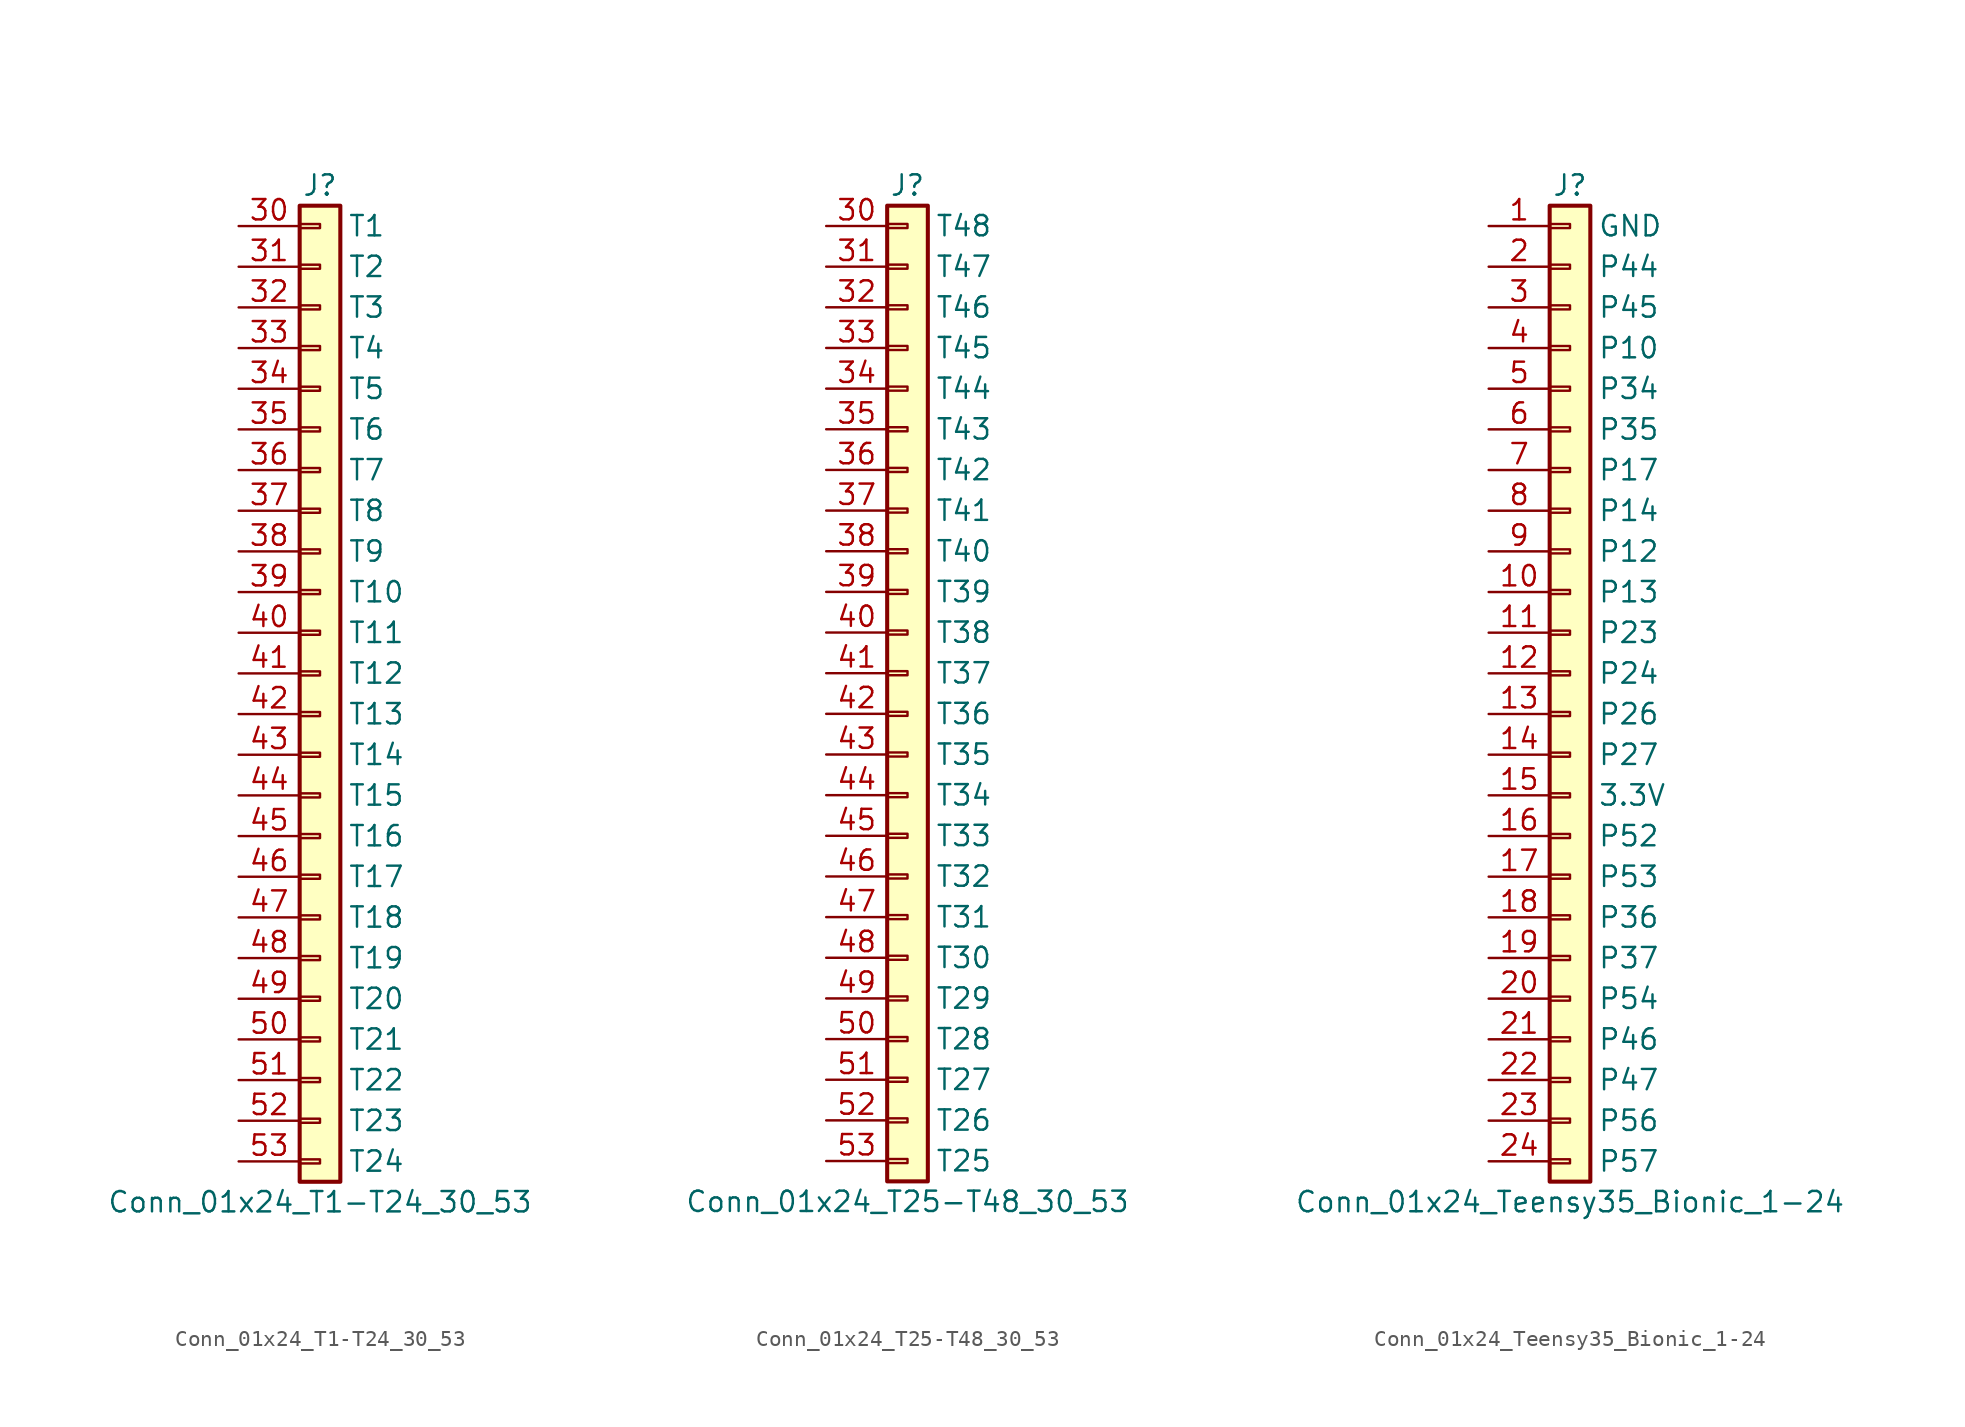
<source format=kicad_sym>
(kicad_symbol_lib
  (version 20211014)
  (generator kicad_symbol_editor)
  (symbol "Conn_01x24_T1-T24_30_53"
    (pin_names
      (offset 2.997))
    (property "Reference" "J"
      (at 0 30.48 0)
      (effects (font (size 1.27 1.27))))
    (property "Value" "Conn_01x24_T1-T24_30_53"
      (at 0 -33.02 0)
      (effects (font (size 1.27 1.27))))
    (symbol "Conn_01x24_T1-T24_30_53_1_1"
      (rectangle (start -1.27 -30.353) (end 0 -30.607) (stroke (width 0.152) (type default) (color 0 0 0 0)) (fill (type none)))
      (rectangle (start -1.27 -27.813) (end 0 -28.067) (stroke (width 0.152) (type default) (color 0 0 0 0)) (fill (type none)))
      (rectangle (start -1.27 -25.273) (end 0 -25.527) (stroke (width 0.152) (type default) (color 0 0 0 0)) (fill (type none)))
      (rectangle (start -1.27 -22.733) (end 0 -22.987) (stroke (width 0.152) (type default) (color 0 0 0 0)) (fill (type none)))
      (rectangle (start -1.27 -20.193) (end 0 -20.447) (stroke (width 0.152) (type default) (color 0 0 0 0)) (fill (type none)))
      (rectangle (start -1.27 -17.653) (end 0 -17.907) (stroke (width 0.152) (type default) (color 0 0 0 0)) (fill (type none)))
      (rectangle (start -1.27 -15.113) (end 0 -15.367) (stroke (width 0.152) (type default) (color 0 0 0 0)) (fill (type none)))
      (rectangle (start -1.27 -12.573) (end 0 -12.827) (stroke (width 0.152) (type default) (color 0 0 0 0)) (fill (type none)))
      (rectangle (start -1.27 -10.033) (end 0 -10.287) (stroke (width 0.152) (type default) (color 0 0 0 0)) (fill (type none)))
      (rectangle (start -1.27 -7.493) (end 0 -7.747) (stroke (width 0.152) (type default) (color 0 0 0 0)) (fill (type none)))
      (rectangle (start -1.27 -4.953) (end 0 -5.207) (stroke (width 0.152) (type default) (color 0 0 0 0)) (fill (type none)))
      (rectangle (start -1.27 -2.413) (end 0 -2.667) (stroke (width 0.152) (type default) (color 0 0 0 0)) (fill (type none)))
      (rectangle (start -1.27 0.127) (end 0 -0.127) (stroke (width 0.152) (type default) (color 0 0 0 0)) (fill (type none)))
      (rectangle (start -1.27 2.667) (end 0 2.413) (stroke (width 0.152) (type default) (color 0 0 0 0)) (fill (type none)))
      (rectangle (start -1.27 5.207) (end 0 4.953) (stroke (width 0.152) (type default) (color 0 0 0 0)) (fill (type none)))
      (rectangle (start -1.27 7.747) (end 0 7.493) (stroke (width 0.152) (type default) (color 0 0 0 0)) (fill (type none)))
      (rectangle (start -1.27 10.287) (end 0 10.033) (stroke (width 0.152) (type default) (color 0 0 0 0)) (fill (type none)))
      (rectangle (start -1.27 12.827) (end 0 12.573) (stroke (width 0.152) (type default) (color 0 0 0 0)) (fill (type none)))
      (rectangle (start -1.27 15.367) (end 0 15.113) (stroke (width 0.152) (type default) (color 0 0 0 0)) (fill (type none)))
      (rectangle (start -1.27 17.907) (end 0 17.653) (stroke (width 0.152) (type default) (color 0 0 0 0)) (fill (type none)))
      (rectangle (start -1.27 20.447) (end 0 20.193) (stroke (width 0.152) (type default) (color 0 0 0 0)) (fill (type none)))
      (rectangle (start -1.27 22.987) (end 0 22.733) (stroke (width 0.152) (type default) (color 0 0 0 0)) (fill (type none)))
      (rectangle (start -1.27 25.527) (end 0 25.273) (stroke (width 0.152) (type default) (color 0 0 0 0)) (fill (type none)))
      (rectangle (start -1.27 28.067) (end 0 27.813) (stroke (width 0.152) (type default) (color 0 0 0 0)) (fill (type none)))
      (rectangle (start -1.27 29.21) (end 1.27 -31.75) (stroke (width 0.254) (type default) (color 0 0 0 0)) (fill (type background)))
      (pin passive line (at -5.08 27.94 0) (length 3.81) (name "T1" (effects (font (size 1.27 1.27)))) (number "30" (effects (font (size 1.27 1.27)))))
      (pin passive line (at -5.08 25.4 0) (length 3.81) (name "T2" (effects (font (size 1.27 1.27)))) (number "31" (effects (font (size 1.27 1.27)))))
      (pin passive line (at -5.08 22.86 0) (length 3.81) (name "T3" (effects (font (size 1.27 1.27)))) (number "32" (effects (font (size 1.27 1.27)))))
      (pin passive line (at -5.08 20.32 0) (length 3.81) (name "T4" (effects (font (size 1.27 1.27)))) (number "33" (effects (font (size 1.27 1.27)))))
      (pin passive line (at -5.08 17.78 0) (length 3.81) (name "T5" (effects (font (size 1.27 1.27)))) (number "34" (effects (font (size 1.27 1.27)))))
      (pin passive line (at -5.08 15.24 0) (length 3.81) (name "T6" (effects (font (size 1.27 1.27)))) (number "35" (effects (font (size 1.27 1.27)))))
      (pin passive line (at -5.08 12.7 0) (length 3.81) (name "T7" (effects (font (size 1.27 1.27)))) (number "36" (effects (font (size 1.27 1.27)))))
      (pin passive line (at -5.08 10.16 0) (length 3.81) (name "T8" (effects (font (size 1.27 1.27)))) (number "37" (effects (font (size 1.27 1.27)))))
      (pin passive line (at -5.08 7.62 0) (length 3.81) (name "T9" (effects (font (size 1.27 1.27)))) (number "38" (effects (font (size 1.27 1.27)))))
      (pin passive line (at -5.08 5.08 0) (length 3.81) (name "T10" (effects (font (size 1.27 1.27)))) (number "39" (effects (font (size 1.27 1.27)))))
      (pin passive line (at -5.08 2.54 0) (length 3.81) (name "T11" (effects (font (size 1.27 1.27)))) (number "40" (effects (font (size 1.27 1.27)))))
      (pin passive line (at -5.08 0 0) (length 3.81) (name "T12" (effects (font (size 1.27 1.27)))) (number "41" (effects (font (size 1.27 1.27)))))
      (pin passive line (at -5.08 -2.54 0) (length 3.81) (name "T13" (effects (font (size 1.27 1.27)))) (number "42" (effects (font (size 1.27 1.27)))))
      (pin passive line (at -5.08 -5.08 0) (length 3.81) (name "T14" (effects (font (size 1.27 1.27)))) (number "43" (effects (font (size 1.27 1.27)))))
      (pin passive line (at -5.08 -7.62 0) (length 3.81) (name "T15" (effects (font (size 1.27 1.27)))) (number "44" (effects (font (size 1.27 1.27)))))
      (pin passive line (at -5.08 -10.16 0) (length 3.81) (name "T16" (effects (font (size 1.27 1.27)))) (number "45" (effects (font (size 1.27 1.27)))))
      (pin passive line (at -5.08 -12.7 0) (length 3.81) (name "T17" (effects (font (size 1.27 1.27)))) (number "46" (effects (font (size 1.27 1.27)))))
      (pin passive line (at -5.08 -15.24 0) (length 3.81) (name "T18" (effects (font (size 1.27 1.27)))) (number "47" (effects (font (size 1.27 1.27)))))
      (pin passive line (at -5.08 -17.78 0) (length 3.81) (name "T19" (effects (font (size 1.27 1.27)))) (number "48" (effects (font (size 1.27 1.27)))))
      (pin passive line (at -5.08 -20.32 0) (length 3.81) (name "T20" (effects (font (size 1.27 1.27)))) (number "49" (effects (font (size 1.27 1.27)))))
      (pin passive line (at -5.08 -22.86 0) (length 3.81) (name "T21" (effects (font (size 1.27 1.27)))) (number "50" (effects (font (size 1.27 1.27)))))
      (pin passive line (at -5.08 -25.4 0) (length 3.81) (name "T22" (effects (font (size 1.27 1.27)))) (number "51" (effects (font (size 1.27 1.27)))))
      (pin passive line (at -5.08 -27.94 0) (length 3.81) (name "T23" (effects (font (size 1.27 1.27)))) (number "52" (effects (font (size 1.27 1.27)))))
      (pin passive line (at -5.08 -30.48 0) (length 3.81) (name "T24" (effects (font (size 1.27 1.27)))) (number "53" (effects (font (size 1.27 1.27)))))))
  (symbol "Conn_01x24_T25-T48_30_53"
    (pin_names
      (offset 2.997))
    (property "Reference" "J"
      (at 0 30.48 0)
      (effects (font (size 1.27 1.27))))
    (property "Value" "Conn_01x24_T25-T48_30_53"
      (at 0 -33.02 0)
      (effects (font (size 1.27 1.27))))
    (symbol "Conn_01x24_T25-T48_30_53_1_1"
      (rectangle (start -1.27 -30.353) (end 0 -30.607) (stroke (width 0.152) (type default) (color 0 0 0 0)) (fill (type none)))
      (rectangle (start -1.27 -27.813) (end 0 -28.067) (stroke (width 0.152) (type default) (color 0 0 0 0)) (fill (type none)))
      (rectangle (start -1.27 -25.273) (end 0 -25.527) (stroke (width 0.152) (type default) (color 0 0 0 0)) (fill (type none)))
      (rectangle (start -1.27 -22.733) (end 0 -22.987) (stroke (width 0.152) (type default) (color 0 0 0 0)) (fill (type none)))
      (rectangle (start -1.27 -20.193) (end 0 -20.447) (stroke (width 0.152) (type default) (color 0 0 0 0)) (fill (type none)))
      (rectangle (start -1.27 -17.653) (end 0 -17.907) (stroke (width 0.152) (type default) (color 0 0 0 0)) (fill (type none)))
      (rectangle (start -1.27 -15.113) (end 0 -15.367) (stroke (width 0.152) (type default) (color 0 0 0 0)) (fill (type none)))
      (rectangle (start -1.27 -12.573) (end 0 -12.827) (stroke (width 0.152) (type default) (color 0 0 0 0)) (fill (type none)))
      (rectangle (start -1.27 -10.033) (end 0 -10.287) (stroke (width 0.152) (type default) (color 0 0 0 0)) (fill (type none)))
      (rectangle (start -1.27 -7.493) (end 0 -7.747) (stroke (width 0.152) (type default) (color 0 0 0 0)) (fill (type none)))
      (rectangle (start -1.27 -4.953) (end 0 -5.207) (stroke (width 0.152) (type default) (color 0 0 0 0)) (fill (type none)))
      (rectangle (start -1.27 -2.413) (end 0 -2.667) (stroke (width 0.152) (type default) (color 0 0 0 0)) (fill (type none)))
      (rectangle (start -1.27 0.127) (end 0 -0.127) (stroke (width 0.152) (type default) (color 0 0 0 0)) (fill (type none)))
      (rectangle (start -1.27 2.667) (end 0 2.413) (stroke (width 0.152) (type default) (color 0 0 0 0)) (fill (type none)))
      (rectangle (start -1.27 5.207) (end 0 4.953) (stroke (width 0.152) (type default) (color 0 0 0 0)) (fill (type none)))
      (rectangle (start -1.27 7.747) (end 0 7.493) (stroke (width 0.152) (type default) (color 0 0 0 0)) (fill (type none)))
      (rectangle (start -1.27 10.287) (end 0 10.033) (stroke (width 0.152) (type default) (color 0 0 0 0)) (fill (type none)))
      (rectangle (start -1.27 12.827) (end 0 12.573) (stroke (width 0.152) (type default) (color 0 0 0 0)) (fill (type none)))
      (rectangle (start -1.27 15.367) (end 0 15.113) (stroke (width 0.152) (type default) (color 0 0 0 0)) (fill (type none)))
      (rectangle (start -1.27 17.907) (end 0 17.653) (stroke (width 0.152) (type default) (color 0 0 0 0)) (fill (type none)))
      (rectangle (start -1.27 20.447) (end 0 20.193) (stroke (width 0.152) (type default) (color 0 0 0 0)) (fill (type none)))
      (rectangle (start -1.27 22.987) (end 0 22.733) (stroke (width 0.152) (type default) (color 0 0 0 0)) (fill (type none)))
      (rectangle (start -1.27 25.527) (end 0 25.273) (stroke (width 0.152) (type default) (color 0 0 0 0)) (fill (type none)))
      (rectangle (start -1.27 28.067) (end 0 27.813) (stroke (width 0.152) (type default) (color 0 0 0 0)) (fill (type none)))
      (rectangle (start -1.27 29.21) (end 1.27 -31.75) (stroke (width 0.254) (type default) (color 0 0 0 0)) (fill (type background)))
      (pin passive line (at -5.08 27.94 0) (length 3.81) (name "T48" (effects (font (size 1.27 1.27)))) (number "30" (effects (font (size 1.27 1.27)))))
      (pin passive line (at -5.08 25.4 0) (length 3.81) (name "T47" (effects (font (size 1.27 1.27)))) (number "31" (effects (font (size 1.27 1.27)))))
      (pin passive line (at -5.08 22.86 0) (length 3.81) (name "T46" (effects (font (size 1.27 1.27)))) (number "32" (effects (font (size 1.27 1.27)))))
      (pin passive line (at -5.08 20.32 0) (length 3.81) (name "T45" (effects (font (size 1.27 1.27)))) (number "33" (effects (font (size 1.27 1.27)))))
      (pin passive line (at -5.08 17.78 0) (length 3.81) (name "T44" (effects (font (size 1.27 1.27)))) (number "34" (effects (font (size 1.27 1.27)))))
      (pin passive line (at -5.08 15.24 0) (length 3.81) (name "T43" (effects (font (size 1.27 1.27)))) (number "35" (effects (font (size 1.27 1.27)))))
      (pin passive line (at -5.08 12.7 0) (length 3.81) (name "T42" (effects (font (size 1.27 1.27)))) (number "36" (effects (font (size 1.27 1.27)))))
      (pin passive line (at -5.08 10.16 0) (length 3.81) (name "T41" (effects (font (size 1.27 1.27)))) (number "37" (effects (font (size 1.27 1.27)))))
      (pin passive line (at -5.08 7.62 0) (length 3.81) (name "T40" (effects (font (size 1.27 1.27)))) (number "38" (effects (font (size 1.27 1.27)))))
      (pin passive line (at -5.08 5.08 0) (length 3.81) (name "T39" (effects (font (size 1.27 1.27)))) (number "39" (effects (font (size 1.27 1.27)))))
      (pin passive line (at -5.08 2.54 0) (length 3.81) (name "T38" (effects (font (size 1.27 1.27)))) (number "40" (effects (font (size 1.27 1.27)))))
      (pin passive line (at -5.08 0 0) (length 3.81) (name "T37" (effects (font (size 1.27 1.27)))) (number "41" (effects (font (size 1.27 1.27)))))
      (pin passive line (at -5.08 -2.54 0) (length 3.81) (name "T36" (effects (font (size 1.27 1.27)))) (number "42" (effects (font (size 1.27 1.27)))))
      (pin passive line (at -5.08 -5.08 0) (length 3.81) (name "T35" (effects (font (size 1.27 1.27)))) (number "43" (effects (font (size 1.27 1.27)))))
      (pin passive line (at -5.08 -7.62 0) (length 3.81) (name "T34" (effects (font (size 1.27 1.27)))) (number "44" (effects (font (size 1.27 1.27)))))
      (pin passive line (at -5.08 -10.16 0) (length 3.81) (name "T33" (effects (font (size 1.27 1.27)))) (number "45" (effects (font (size 1.27 1.27)))))
      (pin passive line (at -5.08 -12.7 0) (length 3.81) (name "T32" (effects (font (size 1.27 1.27)))) (number "46" (effects (font (size 1.27 1.27)))))
      (pin passive line (at -5.08 -15.24 0) (length 3.81) (name "T31" (effects (font (size 1.27 1.27)))) (number "47" (effects (font (size 1.27 1.27)))))
      (pin passive line (at -5.08 -17.78 0) (length 3.81) (name "T30" (effects (font (size 1.27 1.27)))) (number "48" (effects (font (size 1.27 1.27)))))
      (pin passive line (at -5.08 -20.32 0) (length 3.81) (name "T29" (effects (font (size 1.27 1.27)))) (number "49" (effects (font (size 1.27 1.27)))))
      (pin passive line (at -5.08 -22.86 0) (length 3.81) (name "T28" (effects (font (size 1.27 1.27)))) (number "50" (effects (font (size 1.27 1.27)))))
      (pin passive line (at -5.08 -25.4 0) (length 3.81) (name "T27" (effects (font (size 1.27 1.27)))) (number "51" (effects (font (size 1.27 1.27)))))
      (pin passive line (at -5.08 -27.94 0) (length 3.81) (name "T26" (effects (font (size 1.27 1.27)))) (number "52" (effects (font (size 1.27 1.27)))))
      (pin passive line (at -5.08 -30.48 0) (length 3.81) (name "T25" (effects (font (size 1.27 1.27)))) (number "53" (effects (font (size 1.27 1.27)))))))
  (symbol "Conn_01x24_Teensy35_Bionic_1-24"
    (pin_names
      (offset 2.997))
    (property "Reference" "J"
      (at 0 30.48 0)
      (effects (font (size 1.27 1.27))))
    (property "Value" "Conn_01x24_Teensy35_Bionic_1-24"
      (at 0 -33.02 0)
      (effects (font (size 1.27 1.27))))
    (symbol "Conn_01x24_Teensy35_Bionic_1-24_1_1"
      (rectangle (start -1.27 -30.353) (end 0 -30.607) (stroke (width 0.152) (type default) (color 0 0 0 0)) (fill (type none)))
      (rectangle (start -1.27 -27.813) (end 0 -28.067) (stroke (width 0.152) (type default) (color 0 0 0 0)) (fill (type none)))
      (rectangle (start -1.27 -25.273) (end 0 -25.527) (stroke (width 0.152) (type default) (color 0 0 0 0)) (fill (type none)))
      (rectangle (start -1.27 -22.733) (end 0 -22.987) (stroke (width 0.152) (type default) (color 0 0 0 0)) (fill (type none)))
      (rectangle (start -1.27 -20.193) (end 0 -20.447) (stroke (width 0.152) (type default) (color 0 0 0 0)) (fill (type none)))
      (rectangle (start -1.27 -17.653) (end 0 -17.907) (stroke (width 0.152) (type default) (color 0 0 0 0)) (fill (type none)))
      (rectangle (start -1.27 -15.113) (end 0 -15.367) (stroke (width 0.152) (type default) (color 0 0 0 0)) (fill (type none)))
      (rectangle (start -1.27 -12.573) (end 0 -12.827) (stroke (width 0.152) (type default) (color 0 0 0 0)) (fill (type none)))
      (rectangle (start -1.27 -10.033) (end 0 -10.287) (stroke (width 0.152) (type default) (color 0 0 0 0)) (fill (type none)))
      (rectangle (start -1.27 -7.493) (end 0 -7.747) (stroke (width 0.152) (type default) (color 0 0 0 0)) (fill (type none)))
      (rectangle (start -1.27 -4.953) (end 0 -5.207) (stroke (width 0.152) (type default) (color 0 0 0 0)) (fill (type none)))
      (rectangle (start -1.27 -2.413) (end 0 -2.667) (stroke (width 0.152) (type default) (color 0 0 0 0)) (fill (type none)))
      (rectangle (start -1.27 0.127) (end 0 -0.127) (stroke (width 0.152) (type default) (color 0 0 0 0)) (fill (type none)))
      (rectangle (start -1.27 2.667) (end 0 2.413) (stroke (width 0.152) (type default) (color 0 0 0 0)) (fill (type none)))
      (rectangle (start -1.27 5.207) (end 0 4.953) (stroke (width 0.152) (type default) (color 0 0 0 0)) (fill (type none)))
      (rectangle (start -1.27 7.747) (end 0 7.493) (stroke (width 0.152) (type default) (color 0 0 0 0)) (fill (type none)))
      (rectangle (start -1.27 10.287) (end 0 10.033) (stroke (width 0.152) (type default) (color 0 0 0 0)) (fill (type none)))
      (rectangle (start -1.27 12.827) (end 0 12.573) (stroke (width 0.152) (type default) (color 0 0 0 0)) (fill (type none)))
      (rectangle (start -1.27 15.367) (end 0 15.113) (stroke (width 0.152) (type default) (color 0 0 0 0)) (fill (type none)))
      (rectangle (start -1.27 17.907) (end 0 17.653) (stroke (width 0.152) (type default) (color 0 0 0 0)) (fill (type none)))
      (rectangle (start -1.27 20.447) (end 0 20.193) (stroke (width 0.152) (type default) (color 0 0 0 0)) (fill (type none)))
      (rectangle (start -1.27 22.987) (end 0 22.733) (stroke (width 0.152) (type default) (color 0 0 0 0)) (fill (type none)))
      (rectangle (start -1.27 25.527) (end 0 25.273) (stroke (width 0.152) (type default) (color 0 0 0 0)) (fill (type none)))
      (rectangle (start -1.27 28.067) (end 0 27.813) (stroke (width 0.152) (type default) (color 0 0 0 0)) (fill (type none)))
      (rectangle (start -1.27 29.21) (end 1.27 -31.75) (stroke (width 0.254) (type default) (color 0 0 0 0)) (fill (type background)))
      (pin passive line (at -5.08 27.94 0) (length 3.81) (name "GND" (effects (font (size 1.27 1.27)))) (number "1" (effects (font (size 1.27 1.27)))))
      (pin passive line (at -5.08 5.08 0) (length 3.81) (name "P13" (effects (font (size 1.27 1.27)))) (number "10" (effects (font (size 1.27 1.27)))))
      (pin passive line (at -5.08 2.54 0) (length 3.81) (name "P23" (effects (font (size 1.27 1.27)))) (number "11" (effects (font (size 1.27 1.27)))))
      (pin passive line (at -5.08 0 0) (length 3.81) (name "P24" (effects (font (size 1.27 1.27)))) (number "12" (effects (font (size 1.27 1.27)))))
      (pin passive line (at -5.08 -2.54 0) (length 3.81) (name "P26" (effects (font (size 1.27 1.27)))) (number "13" (effects (font (size 1.27 1.27)))))
      (pin passive line (at -5.08 -5.08 0) (length 3.81) (name "P27" (effects (font (size 1.27 1.27)))) (number "14" (effects (font (size 1.27 1.27)))))
      (pin passive line (at -5.08 -7.62 0) (length 3.81) (name "3.3V" (effects (font (size 1.27 1.27)))) (number "15" (effects (font (size 1.27 1.27)))))
      (pin passive line (at -5.08 -10.16 0) (length 3.81) (name "P52" (effects (font (size 1.27 1.27)))) (number "16" (effects (font (size 1.27 1.27)))))
      (pin passive line (at -5.08 -12.7 0) (length 3.81) (name "P53" (effects (font (size 1.27 1.27)))) (number "17" (effects (font (size 1.27 1.27)))))
      (pin passive line (at -5.08 -15.24 0) (length 3.81) (name "P36" (effects (font (size 1.27 1.27)))) (number "18" (effects (font (size 1.27 1.27)))))
      (pin passive line (at -5.08 -17.78 0) (length 3.81) (name "P37" (effects (font (size 1.27 1.27)))) (number "19" (effects (font (size 1.27 1.27)))))
      (pin passive line (at -5.08 25.4 0) (length 3.81) (name "P44" (effects (font (size 1.27 1.27)))) (number "2" (effects (font (size 1.27 1.27)))))
      (pin passive line (at -5.08 -20.32 0) (length 3.81) (name "P54" (effects (font (size 1.27 1.27)))) (number "20" (effects (font (size 1.27 1.27)))))
      (pin passive line (at -5.08 -22.86 0) (length 3.81) (name "P46" (effects (font (size 1.27 1.27)))) (number "21" (effects (font (size 1.27 1.27)))))
      (pin passive line (at -5.08 -25.4 0) (length 3.81) (name "P47" (effects (font (size 1.27 1.27)))) (number "22" (effects (font (size 1.27 1.27)))))
      (pin passive line (at -5.08 -27.94 0) (length 3.81) (name "P56" (effects (font (size 1.27 1.27)))) (number "23" (effects (font (size 1.27 1.27)))))
      (pin passive line (at -5.08 -30.48 0) (length 3.81) (name "P57" (effects (font (size 1.27 1.27)))) (number "24" (effects (font (size 1.27 1.27)))))
      (pin passive line (at -5.08 22.86 0) (length 3.81) (name "P45" (effects (font (size 1.27 1.27)))) (number "3" (effects (font (size 1.27 1.27)))))
      (pin passive line (at -5.08 20.32 0) (length 3.81) (name "P10" (effects (font (size 1.27 1.27)))) (number "4" (effects (font (size 1.27 1.27)))))
      (pin passive line (at -5.08 17.78 0) (length 3.81) (name "P34" (effects (font (size 1.27 1.27)))) (number "5" (effects (font (size 1.27 1.27)))))
      (pin passive line (at -5.08 15.24 0) (length 3.81) (name "P35" (effects (font (size 1.27 1.27)))) (number "6" (effects (font (size 1.27 1.27)))))
      (pin passive line (at -5.08 12.7 0) (length 3.81) (name "P17" (effects (font (size 1.27 1.27)))) (number "7" (effects (font (size 1.27 1.27)))))
      (pin passive line (at -5.08 10.16 0) (length 3.81) (name "P14" (effects (font (size 1.27 1.27)))) (number "8" (effects (font (size 1.27 1.27)))))
      (pin passive line (at -5.08 7.62 0) (length 3.81) (name "P12" (effects (font (size 1.27 1.27)))) (number "9" (effects (font (size 1.27 1.27))))))))
</source>
